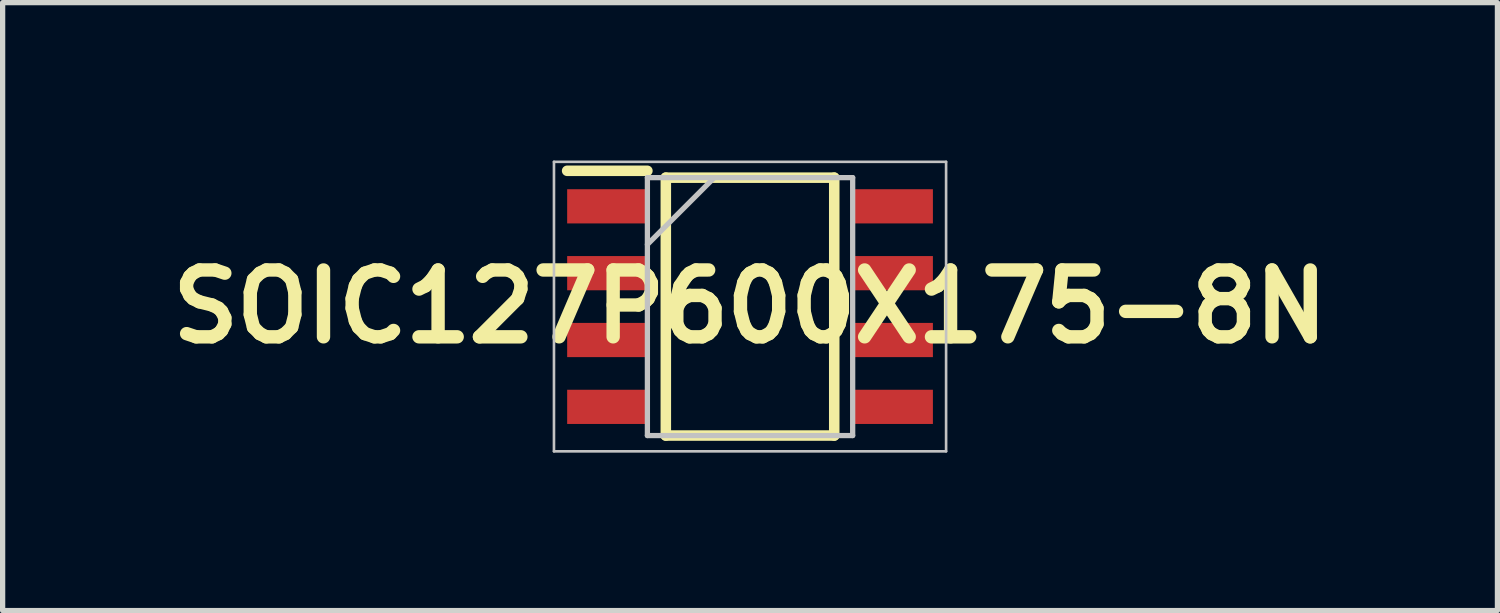
<source format=kicad_pcb>
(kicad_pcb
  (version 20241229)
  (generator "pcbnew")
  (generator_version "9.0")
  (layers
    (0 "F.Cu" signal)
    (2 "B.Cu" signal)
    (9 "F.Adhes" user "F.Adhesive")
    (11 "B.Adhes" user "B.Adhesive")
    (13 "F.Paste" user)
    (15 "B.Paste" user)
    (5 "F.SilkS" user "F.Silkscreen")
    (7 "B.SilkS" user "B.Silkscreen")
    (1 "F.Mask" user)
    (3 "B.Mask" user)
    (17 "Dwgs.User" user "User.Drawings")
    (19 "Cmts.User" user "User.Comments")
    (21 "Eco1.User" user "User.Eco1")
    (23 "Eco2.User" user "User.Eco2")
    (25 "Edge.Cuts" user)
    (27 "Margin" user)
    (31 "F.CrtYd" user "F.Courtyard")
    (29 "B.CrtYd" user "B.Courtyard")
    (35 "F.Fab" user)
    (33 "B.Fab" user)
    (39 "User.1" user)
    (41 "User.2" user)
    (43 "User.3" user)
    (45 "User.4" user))
  (footprint "SOIC127P600X175-8N"
    (layer "F.Cu")
    (at 11.2 2.775)
    (property "Reference" "SOIC127P600X175-8N" (at 0 0 0) (layer "F.SilkS") (effects (font (size 1.27 1.27) (thickness 0.254))))
    (attr smd)
    (fp_line (start -3.475 -2.58) (end -1.95 -2.58) (stroke (width 0.2) (type solid)) (layer "F.SilkS"))
    (fp_line (start -1.6 -2.45) (end 1.6 -2.45) (stroke (width 0.2) (type solid)) (layer "F.SilkS"))
    (fp_line (start -1.6 2.45) (end -1.6 -2.45) (stroke (width 0.2) (type solid)) (layer "F.SilkS"))
    (fp_line (start 1.6 -2.45) (end 1.6 2.45) (stroke (width 0.2) (type solid)) (layer "F.SilkS"))
    (fp_line (start 1.6 2.45) (end -1.6 2.45) (stroke (width 0.2) (type solid)) (layer "F.SilkS"))
    (fp_line (start -3.725 -2.75) (end 3.725 -2.75) (stroke (width 0.05) (type solid)) (layer "Dwgs.User"))
    (fp_line (start -3.725 2.75) (end -3.725 -2.75) (stroke (width 0.05) (type solid)) (layer "Dwgs.User"))
    (fp_line (start -1.95 -2.45) (end 1.95 -2.45) (stroke (width 0.1) (type solid)) (layer "Dwgs.User"))
    (fp_line (start -1.95 -1.18) (end -0.68 -2.45) (stroke (width 0.1) (type solid)) (layer "Dwgs.User"))
    (fp_line (start -1.95 2.45) (end -1.95 -2.45) (stroke (width 0.1) (type solid)) (layer "Dwgs.User"))
    (fp_line (start 1.95 -2.45) (end 1.95 2.45) (stroke (width 0.1) (type solid)) (layer "Dwgs.User"))
    (fp_line (start 1.95 2.45) (end -1.95 2.45) (stroke (width 0.1) (type solid)) (layer "Dwgs.User"))
    (fp_line (start 3.725 -2.75) (end 3.725 2.75) (stroke (width 0.05) (type solid)) (layer "Dwgs.User"))
    (fp_line (start 3.725 2.75) (end -3.725 2.75) (stroke (width 0.05) (type solid)) (layer "Dwgs.User"))
    (pad "1" smd rect (at -2.712 -1.905 90) (size 0.65 1.525) (layers "F.Cu" "F.Mask" "F.Paste"))
    (pad "2" smd rect (at -2.712 -0.635 90) (size 0.65 1.525) (layers "F.Cu" "F.Mask" "F.Paste"))
    (pad "3" smd rect (at -2.712 0.635 90) (size 0.65 1.525) (layers "F.Cu" "F.Mask" "F.Paste"))
    (pad "4" smd rect (at -2.712 1.905 90) (size 0.65 1.525) (layers "F.Cu" "F.Mask" "F.Paste"))
    (pad "5" smd rect (at 2.712 1.905 90) (size 0.65 1.525) (layers "F.Cu" "F.Mask" "F.Paste"))
    (pad "6" smd rect (at 2.712 0.635 90) (size 0.65 1.525) (layers "F.Cu" "F.Mask" "F.Paste"))
    (pad "7" smd rect (at 2.712 -0.635 90) (size 0.65 1.525) (layers "F.Cu" "F.Mask" "F.Paste"))
    (pad "8" smd rect (at 2.712 -1.905 90) (size 0.65 1.525) (layers "F.Cu" "F.Mask" "F.Paste")))
  (gr_rect
    (start -3 -3)
    (end 25.4 8.55)
    (stroke (width 0.1) (type default))
    (fill no)
    (layer "Edge.Cuts")))
</source>
